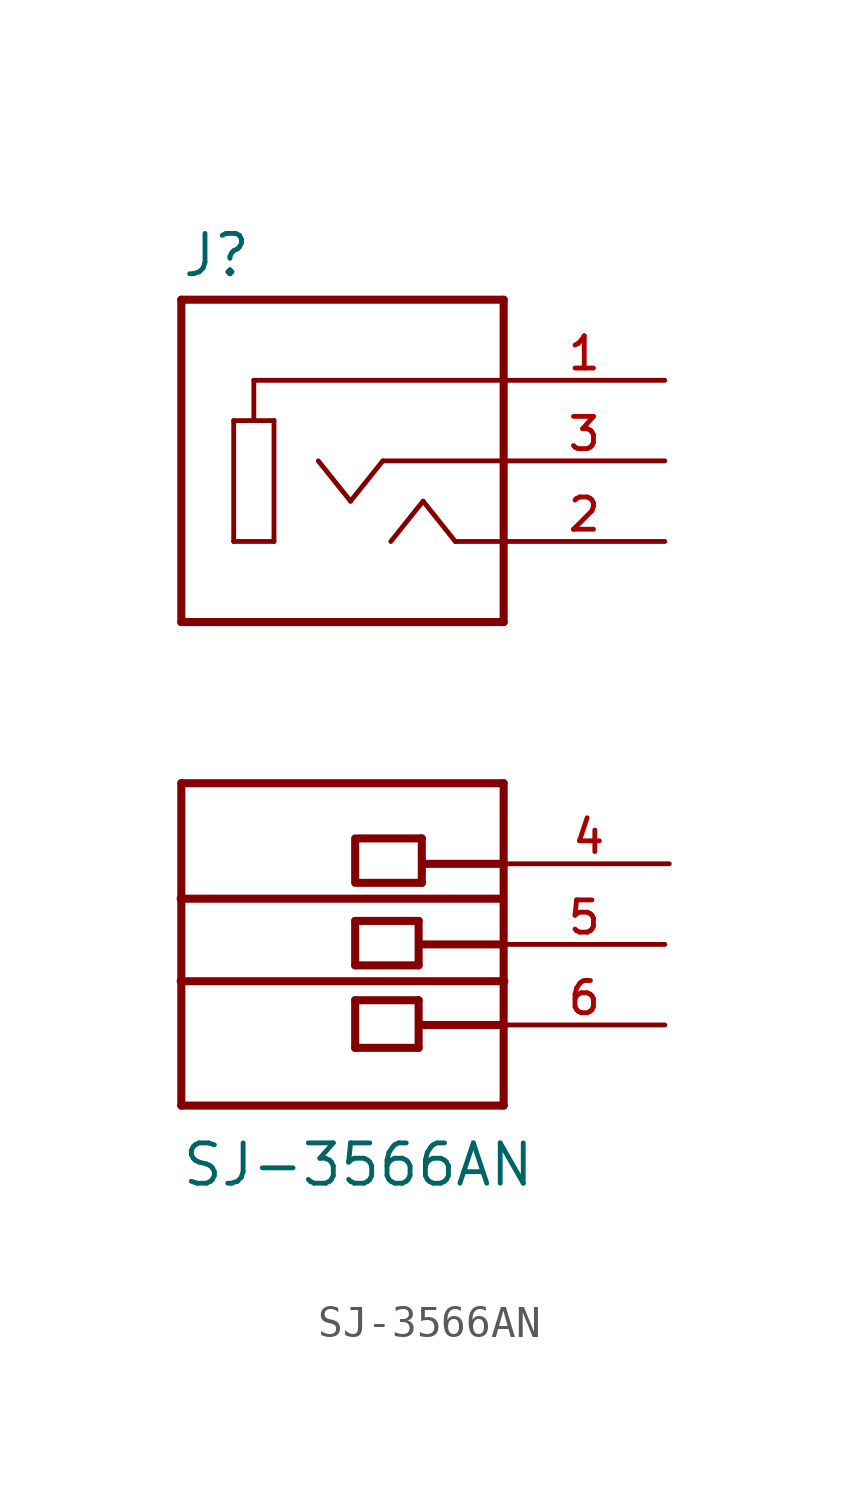
<source format=kicad_sym>
(kicad_symbol_lib
  (version 20211014)
  (generator kicad_symbol_editor)
  (symbol "SJ-3566AN"
    (pin_names
      (offset 1.016))
    (property "Reference" "J"
      (at -5.099 5.736 0)
      (effects (font (size 1.27 1.27)) (justify bottom left)))
    (property "Value" "SJ-3566AN"
      (at -5.107 -22.93 0)
      (effects (font (size 1.27 1.27)) (justify bottom left)))
    (symbol "SJ-3566AN_0_0"
      (polyline (pts (xy -3.429 1.27) (xy -3.429 -2.54)) (stroke (width 0.152)))
      (polyline (pts (xy -3.429 -2.54) (xy -2.159 -2.54)) (stroke (width 0.152)))
      (polyline (pts (xy -2.159 -2.54) (xy -2.159 1.27)) (stroke (width 0.152)))
      (polyline (pts (xy -2.159 1.27) (xy -2.794 1.27)) (stroke (width 0.152)))
      (polyline (pts (xy -2.794 1.27) (xy -3.429 1.27)) (stroke (width 0.152)))
      (polyline (pts (xy -2.794 1.27) (xy -2.794 2.54)) (stroke (width 0.152)))
      (polyline (pts (xy -2.794 2.54) (xy 5.08 2.54)) (stroke (width 0.152)))
      (polyline (pts (xy 1.27 0.0) (xy 0.254 -1.27)) (stroke (width 0.152)))
      (polyline (pts (xy 0.254 -1.27) (xy -0.762 0.0)) (stroke (width 0.152)))
      (polyline (pts (xy -5.08 5.08) (xy -5.08 -5.08)) (stroke (width 0.254)))
      (polyline (pts (xy -5.08 -5.08) (xy 5.08 -5.08)) (stroke (width 0.254)))
      (polyline (pts (xy 5.08 -5.08) (xy 5.08 -2.54)) (stroke (width 0.254)))
      (polyline (pts (xy 5.08 -2.54) (xy 5.08 0.0)) (stroke (width 0.254)))
      (polyline (pts (xy 5.08 0.0) (xy 5.08 2.54)) (stroke (width 0.254)))
      (polyline (pts (xy 5.08 2.54) (xy 5.08 5.08)) (stroke (width 0.254)))
      (polyline (pts (xy 5.08 5.08) (xy -5.08 5.08)) (stroke (width 0.254)))
      (polyline (pts (xy 5.08 0.0) (xy 1.27 0.0)) (stroke (width 0.152)))
      (polyline (pts (xy 5.08 -2.54) (xy 3.556 -2.54)) (stroke (width 0.152)))
      (polyline (pts (xy 1.524 -2.54) (xy 2.54 -1.27)) (stroke (width 0.152)))
      (polyline (pts (xy 2.54 -1.27) (xy 3.556 -2.54)) (stroke (width 0.152)))
      (polyline (pts (xy 0.4 -11.9) (xy 0.4 -13.3)) (stroke (width 0.254)))
      (polyline (pts (xy 0.5 -13.3) (xy 2.5 -13.3)) (stroke (width 0.254)))
      (polyline (pts (xy 2.5 -13.3) (xy 2.5 -11.9)) (stroke (width 0.254)))
      (polyline (pts (xy 2.5 -11.9) (xy 0.5 -11.9)) (stroke (width 0.254)))
      (polyline (pts (xy 0.4 -14.5) (xy 2.4 -14.5)) (stroke (width 0.254)))
      (polyline (pts (xy 2.4 -14.5) (xy 2.4 -15.9)) (stroke (width 0.254)))
      (polyline (pts (xy 2.4 -15.9) (xy 0.4 -15.9)) (stroke (width 0.254)))
      (polyline (pts (xy 0.4 -15.9) (xy 0.4 -14.5)) (stroke (width 0.254)))
      (polyline (pts (xy 0.4 -17.0) (xy 2.4 -17.0)) (stroke (width 0.254)))
      (polyline (pts (xy 2.4 -17.0) (xy 2.4 -18.5)) (stroke (width 0.254)))
      (polyline (pts (xy 2.4 -18.5) (xy 0.4 -18.5)) (stroke (width 0.254)))
      (polyline (pts (xy 0.4 -18.5) (xy 0.4 -17.0)) (stroke (width 0.254)))
      (polyline (pts (xy 5.08 -10.16) (xy -5.08 -10.16)) (stroke (width 0.254)))
      (polyline (pts (xy -5.08 -10.16) (xy -5.08 -20.32)) (stroke (width 0.254)))
      (polyline (pts (xy -5.08 -20.32) (xy 5.08 -20.32)) (stroke (width 0.254)))
      (polyline (pts (xy 5.08 -20.32) (xy 5.08 -17.78)) (stroke (width 0.254)))
      (polyline (pts (xy 5.08 -17.78) (xy 5.08 -15.24)) (stroke (width 0.254)))
      (polyline (pts (xy 5.08 -15.24) (xy 5.08 -12.7)) (stroke (width 0.254)))
      (polyline (pts (xy 5.08 -12.7) (xy 5.08 -10.16)) (stroke (width 0.254)))
      (polyline (pts (xy -5.1 -13.8) (xy 5.0 -13.8)) (stroke (width 0.254)))
      (polyline (pts (xy 5.1 -16.4) (xy -5.1 -16.4)) (stroke (width 0.254)))
      (polyline (pts (xy 5.08 -12.7) (xy 2.54 -12.7)) (stroke (width 0.254)))
      (polyline (pts (xy 5.08 -15.24) (xy 2.54 -15.24)) (stroke (width 0.254)))
      (polyline (pts (xy 5.08 -17.78) (xy 2.54 -17.78)) (stroke (width 0.254)))
      (pin passive line (at 10.16 2.54 180.0) (length 5.08) (name "~" (effects (font (size 1.016 1.016)))) (number "1" (effects (font (size 1.016 1.016)))))
      (pin passive line (at 10.16 0.0 180.0) (length 5.08) (name "~" (effects (font (size 1.016 1.016)))) (number "3" (effects (font (size 1.016 1.016)))))
      (pin passive line (at 10.16 -2.54 180.0) (length 5.08) (name "~" (effects (font (size 1.016 1.016)))) (number "2" (effects (font (size 1.016 1.016)))))
      (pin passive line (at 10.3 -12.7 180.0) (length 5.08) (name "~" (effects (font (size 1.016 1.016)))) (number "4" (effects (font (size 1.016 1.016)))))
      (pin passive line (at 10.16 -15.24 180.0) (length 5.08) (name "~" (effects (font (size 1.016 1.016)))) (number "5" (effects (font (size 1.016 1.016)))))
      (pin passive line (at 10.16 -17.78 180.0) (length 5.08) (name "~" (effects (font (size 1.016 1.016)))) (number "6" (effects (font (size 1.016 1.016))))))))
</source>
